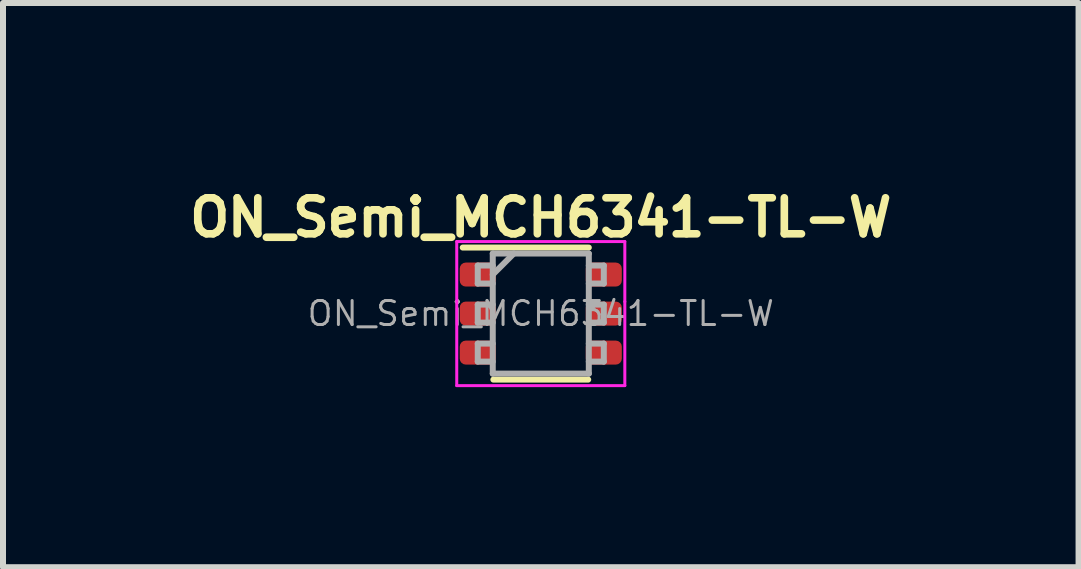
<source format=kicad_pcb>
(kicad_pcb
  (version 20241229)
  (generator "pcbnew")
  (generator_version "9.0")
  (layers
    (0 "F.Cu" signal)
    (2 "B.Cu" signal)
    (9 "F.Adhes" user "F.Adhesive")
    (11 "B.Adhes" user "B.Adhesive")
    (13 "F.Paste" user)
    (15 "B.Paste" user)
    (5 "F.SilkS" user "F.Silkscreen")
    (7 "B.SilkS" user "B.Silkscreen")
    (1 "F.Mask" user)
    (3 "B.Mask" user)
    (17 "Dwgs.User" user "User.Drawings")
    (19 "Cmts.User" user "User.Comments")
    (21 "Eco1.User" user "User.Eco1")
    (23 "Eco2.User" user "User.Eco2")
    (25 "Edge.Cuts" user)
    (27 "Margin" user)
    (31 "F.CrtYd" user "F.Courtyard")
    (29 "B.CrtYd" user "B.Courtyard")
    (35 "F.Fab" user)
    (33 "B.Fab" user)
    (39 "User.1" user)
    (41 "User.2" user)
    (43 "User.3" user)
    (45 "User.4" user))
  (footprint "ON_Semi_MCH6341-TL-W"
    (layer "F.Cu")
    (at 5.959 2.174)
    (property "Reference" "ON_Semi_MCH6341-TL-W" (at 0 -1.6 0) (layer "F.SilkS") (effects (font (size 0.6 0.6) (thickness 0.127))))
    (attr smd)
    (fp_line (start -0.79 1.1) (end 0.79 1.1) (stroke (width 0.1) (type solid)) (layer "F.SilkS"))
    (fp_line (start 0.8 -1.1) (end -1.3 -1.1) (stroke (width 0.1) (type solid)) (layer "F.SilkS"))
    (fp_line (start -1.4 -1.2) (end 1.4 -1.2) (stroke (width 0.05) (type solid)) (layer "F.CrtYd"))
    (fp_line (start -1.4 1.2) (end -1.4 -1.2) (stroke (width 0.05) (type solid)) (layer "F.CrtYd"))
    (fp_line (start -1.4 1.2) (end 1.4 1.2) (stroke (width 0.05) (type solid)) (layer "F.CrtYd"))
    (fp_line (start 1.4 -1.2) (end 1.4 -0.2) (stroke (width 0.05) (type solid)) (layer "F.CrtYd"))
    (fp_line (start 1.4 -0.2) (end 1.4 1.2) (stroke (width 0.05) (type solid)) (layer "F.CrtYd"))
    (fp_line (start -1.05 -0.8) (end -0.8 -0.8) (stroke (width 0.1) (type solid)) (layer "F.Fab"))
    (fp_line (start -1.05 -0.5) (end -1.05 -0.8) (stroke (width 0.1) (type solid)) (layer "F.Fab"))
    (fp_line (start -1.05 -0.5) (end -0.8 -0.5) (stroke (width 0.1) (type solid)) (layer "F.Fab"))
    (fp_line (start -1.05 -0.15) (end -0.8 -0.15) (stroke (width 0.1) (type solid)) (layer "F.Fab"))
    (fp_line (start -1.05 0.15) (end -1.05 -0.15) (stroke (width 0.1) (type solid)) (layer "F.Fab"))
    (fp_line (start -1.05 0.15) (end -0.8 0.15) (stroke (width 0.1) (type solid)) (layer "F.Fab"))
    (fp_line (start -1.05 0.5) (end -0.8 0.5) (stroke (width 0.1) (type solid)) (layer "F.Fab"))
    (fp_line (start -1.05 0.8) (end -1.05 0.5) (stroke (width 0.1) (type solid)) (layer "F.Fab"))
    (fp_line (start -1.05 0.8) (end -0.8 0.8) (stroke (width 0.1) (type solid)) (layer "F.Fab"))
    (fp_line (start -0.8 -1) (end -0.8 1) (stroke (width 0.1) (type solid)) (layer "F.Fab"))
    (fp_line (start -0.8 -0.65) (end -0.45 -1) (stroke (width 0.1) (type solid)) (layer "F.Fab"))
    (fp_line (start -0.8 1) (end 0.8 1) (stroke (width 0.1) (type solid)) (layer "F.Fab"))
    (fp_line (start 0.8 -1) (end -0.8 -1) (stroke (width 0.1) (type solid)) (layer "F.Fab"))
    (fp_line (start 0.8 -0.8) (end 1.05 -0.8) (stroke (width 0.1) (type solid)) (layer "F.Fab"))
    (fp_line (start 0.8 1) (end 0.8 -1) (stroke (width 0.1) (type solid)) (layer "F.Fab"))
    (fp_line (start 1.05 -0.8) (end 1.05 -0.5) (stroke (width 0.1) (type solid)) (layer "F.Fab"))
    (fp_line (start 1.05 -0.5) (end 0.8 -0.5) (stroke (width 0.1) (type solid)) (layer "F.Fab"))
    (fp_line (start 1.05 -0.15) (end 0.8 -0.15) (stroke (width 0.1) (type solid)) (layer "F.Fab"))
    (fp_line (start 1.05 0.15) (end 0.8 0.15) (stroke (width 0.1) (type solid)) (layer "F.Fab"))
    (fp_line (start 1.05 0.15) (end 1.05 -0.15) (stroke (width 0.1) (type solid)) (layer "F.Fab"))
    (fp_line (start 1.05 0.5) (end 0.8 0.5) (stroke (width 0.1) (type solid)) (layer "F.Fab"))
    (fp_line (start 1.05 0.8) (end 0.8 0.8) (stroke (width 0.1) (type solid)) (layer "F.Fab"))
    (fp_line (start 1.05 0.8) (end 1.05 0.5) (stroke (width 0.1) (type solid)) (layer "F.Fab"))
    (fp_text user "${REFERENCE}" (at 0 0 180) (layer "F.Fab") (effects (font (size 0.4 0.4) (thickness 0.05))))
    (pad "1" smd roundrect (at -1.05 -0.65) (size 0.6 0.4) (layers "F.Cu" "F.Mask" "F.Paste") (roundrect_rratio 0.25))
    (pad "2" smd roundrect (at -1.05 0) (size 0.6 0.4) (layers "F.Cu" "F.Mask" "F.Paste") (roundrect_rratio 0.25))
    (pad "3" smd roundrect (at -1.05 0.65) (size 0.6 0.4) (layers "F.Cu" "F.Mask" "F.Paste") (roundrect_rratio 0.25))
    (pad "4" smd roundrect (at 1.05 0.65) (size 0.6 0.4) (layers "F.Cu" "F.Mask" "F.Paste") (roundrect_rratio 0.25))
    (pad "5" smd roundrect (at 1.05 0) (size 0.6 0.4) (layers "F.Cu" "F.Mask" "F.Paste") (roundrect_rratio 0.25))
    (pad "6" smd roundrect (at 1.05 -0.65) (size 0.6 0.4) (layers "F.Cu" "F.Mask" "F.Paste") (roundrect_rratio 0.25)))
  (gr_rect
    (start -3 -3)
    (end 14.918 6.399)
    (stroke (width 0.1) (type default))
    (fill no)
    (layer "Edge.Cuts")))
</source>
